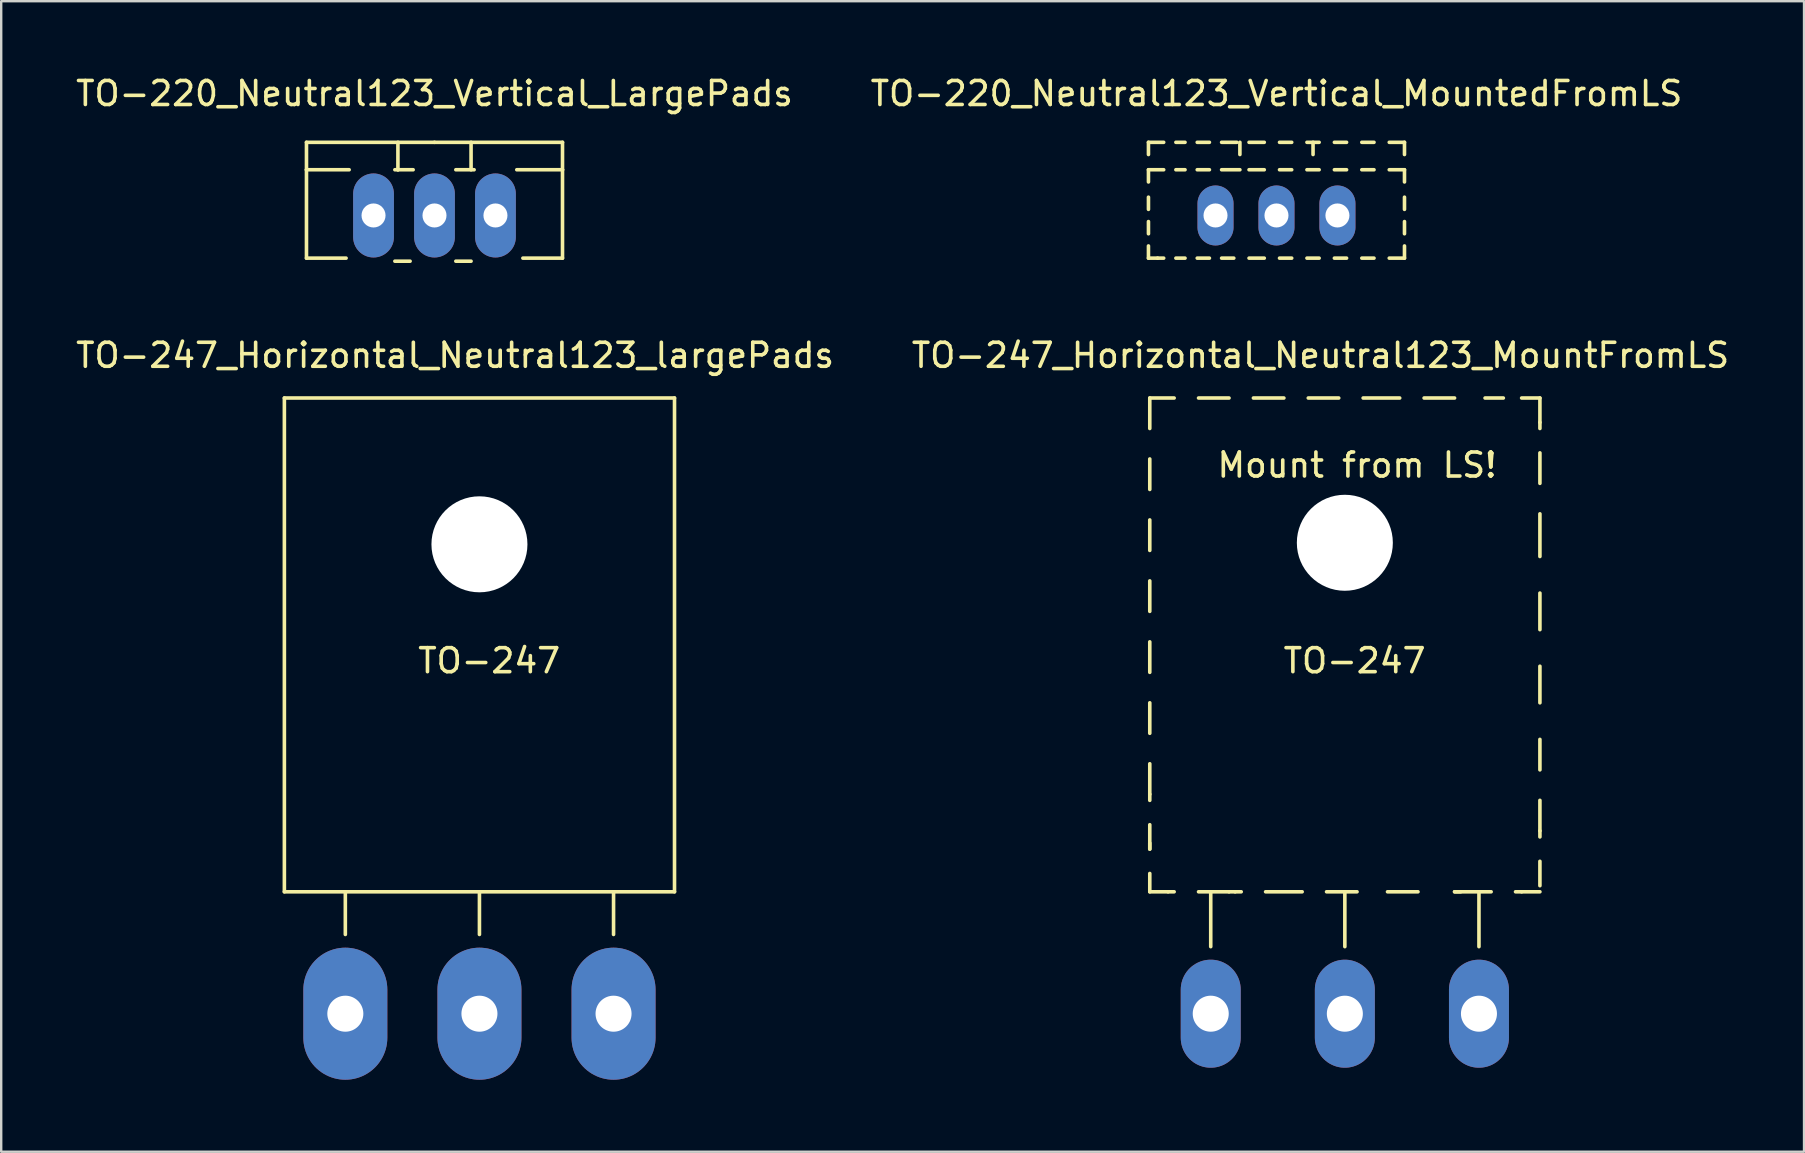
<source format=kicad_pcb>
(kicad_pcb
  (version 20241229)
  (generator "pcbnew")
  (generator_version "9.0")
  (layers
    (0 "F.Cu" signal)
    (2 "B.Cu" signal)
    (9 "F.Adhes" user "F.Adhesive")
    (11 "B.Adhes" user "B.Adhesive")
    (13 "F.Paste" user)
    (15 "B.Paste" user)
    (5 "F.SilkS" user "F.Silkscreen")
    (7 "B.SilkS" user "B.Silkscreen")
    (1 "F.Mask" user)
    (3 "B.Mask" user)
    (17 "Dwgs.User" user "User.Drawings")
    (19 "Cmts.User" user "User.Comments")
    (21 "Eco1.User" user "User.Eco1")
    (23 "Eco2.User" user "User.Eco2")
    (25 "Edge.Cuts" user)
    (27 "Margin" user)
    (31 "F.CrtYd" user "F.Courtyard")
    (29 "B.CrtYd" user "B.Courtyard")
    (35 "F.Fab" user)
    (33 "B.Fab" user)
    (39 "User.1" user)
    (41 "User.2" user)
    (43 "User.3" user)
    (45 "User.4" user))
  (footprint "TO-220_Neutral123_Vertical_MountedFromLS"
    (layer "F.Cu")
    (at 50.137 5.928)
    (property "Reference" "TO-220_Neutral123_Vertical_MountedFromLS" (at 0 -5.08 0) (layer "F.SilkS") (effects (font (size 1 1) (thickness 0.15))))
    (attr through_hole)
    (fp_line (start -5.334 -3.048) (end -4.699 -3.048) (stroke (width 0.15) (type solid)) (layer "F.SilkS"))
    (fp_line (start -5.334 -2.54) (end -5.334 -3.048) (stroke (width 0.15) (type solid)) (layer "F.SilkS"))
    (fp_line (start -5.334 -1.397) (end -5.334 -1.905) (stroke (width 0.15) (type solid)) (layer "F.SilkS"))
    (fp_line (start -5.334 -0.254) (end -5.334 -0.762) (stroke (width 0.15) (type solid)) (layer "F.SilkS"))
    (fp_line (start -5.334 0.762) (end -5.334 0.254) (stroke (width 0.15) (type solid)) (layer "F.SilkS"))
    (fp_line (start -5.334 1.778) (end -5.334 1.27) (stroke (width 0.15) (type solid)) (layer "F.SilkS"))
    (fp_line (start -5.334 1.778) (end -4.953 1.778) (stroke (width 0.15) (type solid)) (layer "F.SilkS"))
    (fp_line (start -4.953 1.778) (end -4.699 1.778) (stroke (width 0.15) (type solid)) (layer "F.SilkS"))
    (fp_line (start -4.699 -1.905) (end -5.334 -1.905) (stroke (width 0.15) (type solid)) (layer "F.SilkS"))
    (fp_line (start -4.191 -3.048) (end -3.81 -3.048) (stroke (width 0.15) (type solid)) (layer "F.SilkS"))
    (fp_line (start -4.191 1.778) (end -3.81 1.778) (stroke (width 0.15) (type solid)) (layer "F.SilkS"))
    (fp_line (start -3.81 -1.905) (end -4.191 -1.905) (stroke (width 0.15) (type solid)) (layer "F.SilkS"))
    (fp_line (start -3.302 -3.048) (end -2.794 -3.048) (stroke (width 0.15) (type solid)) (layer "F.SilkS"))
    (fp_line (start -3.302 1.778) (end -2.794 1.778) (stroke (width 0.15) (type solid)) (layer "F.SilkS"))
    (fp_line (start -2.794 -1.905) (end -3.302 -1.905) (stroke (width 0.15) (type solid)) (layer "F.SilkS"))
    (fp_line (start -2.286 -3.048) (end -1.651 -3.048) (stroke (width 0.15) (type solid)) (layer "F.SilkS"))
    (fp_line (start -2.286 1.778) (end -1.778 1.778) (stroke (width 0.15) (type solid)) (layer "F.SilkS"))
    (fp_line (start -1.524 -3.048) (end -1.524 -2.54) (stroke (width 0.15) (type solid)) (layer "F.SilkS"))
    (fp_line (start -1.524 -1.905) (end -2.286 -1.905) (stroke (width 0.15) (type solid)) (layer "F.SilkS"))
    (fp_line (start -1.143 -3.048) (end -0.508 -3.048) (stroke (width 0.15) (type solid)) (layer "F.SilkS"))
    (fp_line (start -1.143 -1.905) (end -0.508 -1.905) (stroke (width 0.15) (type solid)) (layer "F.SilkS"))
    (fp_line (start -1.143 1.778) (end -0.508 1.778) (stroke (width 0.15) (type solid)) (layer "F.SilkS"))
    (fp_line (start 0.127 -3.048) (end 0.635 -3.048) (stroke (width 0.15) (type solid)) (layer "F.SilkS"))
    (fp_line (start 0.127 -1.905) (end 0.635 -1.905) (stroke (width 0.15) (type solid)) (layer "F.SilkS"))
    (fp_line (start 0.127 1.778) (end 0.635 1.778) (stroke (width 0.15) (type solid)) (layer "F.SilkS"))
    (fp_line (start 1.27 -3.048) (end 1.778 -3.048) (stroke (width 0.15) (type solid)) (layer "F.SilkS"))
    (fp_line (start 1.27 -1.905) (end 1.778 -1.905) (stroke (width 0.15) (type solid)) (layer "F.SilkS"))
    (fp_line (start 1.27 1.778) (end 1.778 1.778) (stroke (width 0.15) (type solid)) (layer "F.SilkS"))
    (fp_line (start 1.524 -3.048) (end 1.524 -2.54) (stroke (width 0.15) (type solid)) (layer "F.SilkS"))
    (fp_line (start 2.413 -3.048) (end 2.921 -3.048) (stroke (width 0.15) (type solid)) (layer "F.SilkS"))
    (fp_line (start 2.413 -1.905) (end 2.921 -1.905) (stroke (width 0.15) (type solid)) (layer "F.SilkS"))
    (fp_line (start 2.413 1.778) (end 2.921 1.778) (stroke (width 0.15) (type solid)) (layer "F.SilkS"))
    (fp_line (start 3.556 -3.048) (end 4.064 -3.048) (stroke (width 0.15) (type solid)) (layer "F.SilkS"))
    (fp_line (start 3.556 -1.905) (end 4.064 -1.905) (stroke (width 0.15) (type solid)) (layer "F.SilkS"))
    (fp_line (start 3.556 1.778) (end 4.064 1.778) (stroke (width 0.15) (type solid)) (layer "F.SilkS"))
    (fp_line (start 4.699 -3.048) (end 5.334 -3.048) (stroke (width 0.15) (type solid)) (layer "F.SilkS"))
    (fp_line (start 4.699 -1.905) (end 5.334 -1.905) (stroke (width 0.15) (type solid)) (layer "F.SilkS"))
    (fp_line (start 4.699 1.778) (end 5.334 1.778) (stroke (width 0.15) (type solid)) (layer "F.SilkS"))
    (fp_line (start 5.334 -3.048) (end 5.334 -2.54) (stroke (width 0.15) (type solid)) (layer "F.SilkS"))
    (fp_line (start 5.334 -1.905) (end 5.334 -1.397) (stroke (width 0.15) (type solid)) (layer "F.SilkS"))
    (fp_line (start 5.334 -0.762) (end 5.334 -0.254) (stroke (width 0.15) (type solid)) (layer "F.SilkS"))
    (fp_line (start 5.334 0.254) (end 5.334 0.762) (stroke (width 0.15) (type solid)) (layer "F.SilkS"))
    (fp_line (start 5.334 1.27) (end 5.334 1.778) (stroke (width 0.15) (type solid)) (layer "F.SilkS"))
    (pad "1" thru_hole oval (at 2.54 0 90) (size 2.499 1.501) (drill 1.001) (layers "*.Cu" "*.Mask"))
    (pad "2" thru_hole oval (at 0 0 90) (size 2.499 1.501) (drill 1.001) (layers "*.Cu" "*.Mask"))
    (pad "3" thru_hole oval (at -2.54 0 90) (size 2.499 1.501) (drill 1.001) (layers "*.Cu" "*.Mask")))
  (footprint "TO-247_Horizontal_Neutral123_MountFromLS"
    (layer "F.Cu")
    (at 52.986 39.188)
    (property "Reference" "TO-247_Horizontal_Neutral123_MountFromLS" (at -1.016 -27.432 0) (layer "F.SilkS") (effects (font (size 1 1) (thickness 0.15))))
    (attr through_hole)
    (fp_line (start -8.128 -25.654) (end -8.128 -24.384) (stroke (width 0.15) (type solid)) (layer "F.SilkS"))
    (fp_line (start -8.128 -25.654) (end -7.112 -25.654) (stroke (width 0.15) (type solid)) (layer "F.SilkS"))
    (fp_line (start -8.128 -23.114) (end -8.128 -21.844) (stroke (width 0.15) (type solid)) (layer "F.SilkS"))
    (fp_line (start -8.128 -20.574) (end -8.128 -19.304) (stroke (width 0.15) (type solid)) (layer "F.SilkS"))
    (fp_line (start -8.128 -18.034) (end -8.128 -16.764) (stroke (width 0.15) (type solid)) (layer "F.SilkS"))
    (fp_line (start -8.128 -15.494) (end -8.128 -14.224) (stroke (width 0.15) (type solid)) (layer "F.SilkS"))
    (fp_line (start -8.128 -12.954) (end -8.128 -11.684) (stroke (width 0.15) (type solid)) (layer "F.SilkS"))
    (fp_line (start -8.128 -10.414) (end -8.128 -9.144) (stroke (width 0.15) (type solid)) (layer "F.SilkS"))
    (fp_line (start -8.128 -9.144) (end -8.128 -8.89) (stroke (width 0.15) (type solid)) (layer "F.SilkS"))
    (fp_line (start -8.128 -7.874) (end -8.128 -6.858) (stroke (width 0.15) (type solid)) (layer "F.SilkS"))
    (fp_line (start -8.128 -6.858) (end -8.128 -7.112) (stroke (width 0.15) (type solid)) (layer "F.SilkS"))
    (fp_line (start -8.128 -5.842) (end -8.128 -5.08) (stroke (width 0.15) (type solid)) (layer "F.SilkS"))
    (fp_line (start -8.128 -5.08) (end -7.366 -5.08) (stroke (width 0.15) (type solid)) (layer "F.SilkS"))
    (fp_line (start -7.366 -5.08) (end -7.112 -5.08) (stroke (width 0.15) (type solid)) (layer "F.SilkS"))
    (fp_line (start -6.096 -25.654) (end -4.826 -25.654) (stroke (width 0.15) (type solid)) (layer "F.SilkS"))
    (fp_line (start -6.096 -5.08) (end -4.826 -5.08) (stroke (width 0.15) (type solid)) (layer "F.SilkS"))
    (fp_line (start -5.588 -2.794) (end -5.588 -5.08) (stroke (width 0.15) (type solid)) (layer "F.SilkS"))
    (fp_line (start -4.826 -5.08) (end -4.572 -5.08) (stroke (width 0.15) (type solid)) (layer "F.SilkS"))
    (fp_line (start -4.572 -5.08) (end -4.318 -5.08) (stroke (width 0.15) (type solid)) (layer "F.SilkS"))
    (fp_line (start -3.81 -25.654) (end -2.54 -25.654) (stroke (width 0.15) (type solid)) (layer "F.SilkS"))
    (fp_line (start -3.302 -5.08) (end -1.778 -5.08) (stroke (width 0.15) (type solid)) (layer "F.SilkS"))
    (fp_line (start -1.524 -25.654) (end -0.254 -25.654) (stroke (width 0.15) (type solid)) (layer "F.SilkS"))
    (fp_line (start -0.762 -5.08) (end 0.508 -5.08) (stroke (width 0.15) (type solid)) (layer "F.SilkS"))
    (fp_line (start 0 -2.794) (end 0 -5.08) (stroke (width 0.15) (type solid)) (layer "F.SilkS"))
    (fp_line (start 0.762 -25.654) (end 2.286 -25.654) (stroke (width 0.15) (type solid)) (layer "F.SilkS"))
    (fp_line (start 1.778 -5.08) (end 3.048 -5.08) (stroke (width 0.15) (type solid)) (layer "F.SilkS"))
    (fp_line (start 3.302 -25.654) (end 4.572 -25.654) (stroke (width 0.15) (type solid)) (layer "F.SilkS"))
    (fp_line (start 4.572 -5.08) (end 4.826 -5.08) (stroke (width 0.15) (type solid)) (layer "F.SilkS"))
    (fp_line (start 5.588 -2.794) (end 5.588 -5.08) (stroke (width 0.15) (type solid)) (layer "F.SilkS"))
    (fp_line (start 5.842 -25.654) (end 6.604 -25.654) (stroke (width 0.15) (type solid)) (layer "F.SilkS"))
    (fp_line (start 6.096 -5.08) (end 4.572 -5.08) (stroke (width 0.15) (type solid)) (layer "F.SilkS"))
    (fp_line (start 7.366 -25.654) (end 8.128 -25.654) (stroke (width 0.15) (type solid)) (layer "F.SilkS"))
    (fp_line (start 7.366 -5.08) (end 7.112 -5.08) (stroke (width 0.15) (type solid)) (layer "F.SilkS"))
    (fp_line (start 8.128 -25.654) (end 8.128 -24.638) (stroke (width 0.15) (type solid)) (layer "F.SilkS"))
    (fp_line (start 8.128 -24.638) (end 8.128 -24.384) (stroke (width 0.15) (type solid)) (layer "F.SilkS"))
    (fp_line (start 8.128 -23.368) (end 8.128 -22.098) (stroke (width 0.15) (type solid)) (layer "F.SilkS"))
    (fp_line (start 8.128 -20.828) (end 8.128 -19.05) (stroke (width 0.15) (type solid)) (layer "F.SilkS"))
    (fp_line (start 8.128 -17.526) (end 8.128 -16.002) (stroke (width 0.15) (type solid)) (layer "F.SilkS"))
    (fp_line (start 8.128 -14.478) (end 8.128 -12.954) (stroke (width 0.15) (type solid)) (layer "F.SilkS"))
    (fp_line (start 8.128 -11.43) (end 8.128 -10.16) (stroke (width 0.15) (type solid)) (layer "F.SilkS"))
    (fp_line (start 8.128 -8.89) (end 8.128 -7.62) (stroke (width 0.15) (type solid)) (layer "F.SilkS"))
    (fp_line (start 8.128 -7.62) (end 8.128 -7.366) (stroke (width 0.15) (type solid)) (layer "F.SilkS"))
    (fp_line (start 8.128 -6.35) (end 8.128 -5.334) (stroke (width 0.15) (type solid)) (layer "F.SilkS"))
    (fp_line (start 8.128 -5.08) (end 7.366 -5.08) (stroke (width 0.15) (type solid)) (layer "F.SilkS"))
    (fp_circle (center 0 -19.558) (end 1.778 -19.558) (stroke (width 0.15) (type solid)) (fill no) (layer "F.SilkS"))
    (fp_text user "Mount from LS!" (at 0.508 -22.86 0) (layer "F.SilkS") (effects (font (size 1 1) (thickness 0.15))))
    (fp_text user "TO-247" (at 0.406 -14.707 0) (layer "F.SilkS") (effects (font (size 1 1) (thickness 0.15))))
    (pad "" np_thru_hole circle (at 0 -19.622) (size 4 4) (drill 4) (layers "*.Cu" "*.Mask"))
    (pad "1" thru_hole oval (at 5.588 0 90) (size 4.501 2.499) (drill 1.501) (layers "*.Cu" "*.Mask"))
    (pad "2" thru_hole oval (at 0 0 90) (size 4.501 2.499) (drill 1.501) (layers "*.Cu" "*.Mask"))
    (pad "3" thru_hole oval (at -5.588 0 90) (size 4.501 2.499) (drill 1.501) (layers "*.Cu" "*.Mask")))
  (footprint "TO-247_Horizontal_Neutral123_largePads"
    (layer "F.Cu")
    (at 16.927 39.188)
    (property "Reference" "TO-247_Horizontal_Neutral123_largePads" (at -1.016 -27.432 0) (layer "F.SilkS") (effects (font (size 1 1) (thickness 0.15))))
    (attr through_hole)
    (fp_line (start -8.128 -25.654) (end 8.128 -25.654) (stroke (width 0.15) (type solid)) (layer "F.SilkS"))
    (fp_line (start -8.128 -5.08) (end -8.128 -25.654) (stroke (width 0.15) (type solid)) (layer "F.SilkS"))
    (fp_line (start -5.588 -3.302) (end -5.588 -5.08) (stroke (width 0.15) (type solid)) (layer "F.SilkS"))
    (fp_line (start 0 -3.302) (end 0 -5.08) (stroke (width 0.15) (type solid)) (layer "F.SilkS"))
    (fp_line (start 5.588 -3.302) (end 5.588 -5.08) (stroke (width 0.15) (type solid)) (layer "F.SilkS"))
    (fp_line (start 8.128 -25.654) (end 8.128 -5.08) (stroke (width 0.15) (type solid)) (layer "F.SilkS"))
    (fp_line (start 8.128 -5.08) (end -8.128 -5.08) (stroke (width 0.15) (type solid)) (layer "F.SilkS"))
    (fp_circle (center 0 -19.558) (end 1.778 -19.558) (stroke (width 0.15) (type solid)) (fill no) (layer "F.SilkS"))
    (fp_text user "TO-247" (at 0.406 -14.707 0) (layer "F.SilkS") (effects (font (size 1 1) (thickness 0.15))))
    (pad "" np_thru_hole circle (at 0 -19.558) (size 4 4) (drill 4) (layers "*.Cu" "*.Mask"))
    (pad "1" thru_hole oval (at -5.588 0 90) (size 5.502 3.5) (drill 1.501) (layers "*.Cu" "*.Mask"))
    (pad "2" thru_hole oval (at 0 0 90) (size 5.502 3.5) (drill 1.501) (layers "*.Cu" "*.Mask"))
    (pad "3" thru_hole oval (at 5.588 0 90) (size 5.502 3.5) (drill 1.501) (layers "*.Cu" "*.Mask")))
  (footprint "TO-220_Neutral123_Vertical_LargePads"
    (layer "F.Cu")
    (at 15.054 5.928)
    (property "Reference" "TO-220_Neutral123_Vertical_LargePads" (at 0 -5.08 0) (layer "F.SilkS") (effects (font (size 1 1) (thickness 0.15))))
    (attr through_hole)
    (fp_line (start -5.334 -1.905) (end -5.334 -3.048) (stroke (width 0.15) (type solid)) (layer "F.SilkS"))
    (fp_line (start -5.334 -1.905) (end -3.556 -1.905) (stroke (width 0.15) (type solid)) (layer "F.SilkS"))
    (fp_line (start -5.334 1.778) (end -5.334 -1.905) (stroke (width 0.15) (type solid)) (layer "F.SilkS"))
    (fp_line (start -5.334 1.778) (end -3.683 1.778) (stroke (width 0.15) (type solid)) (layer "F.SilkS"))
    (fp_line (start -1.524 -3.048) (end -1.524 -1.905) (stroke (width 0.15) (type solid)) (layer "F.SilkS"))
    (fp_line (start -1.524 -1.905) (end -1.651 -1.905) (stroke (width 0.15) (type solid)) (layer "F.SilkS"))
    (fp_line (start -1.524 -1.905) (end -0.889 -1.905) (stroke (width 0.15) (type solid)) (layer "F.SilkS"))
    (fp_line (start -1.016 1.905) (end -1.651 1.905) (stroke (width 0.15) (type solid)) (layer "F.SilkS"))
    (fp_line (start 0 -3.048) (end -5.334 -3.048) (stroke (width 0.15) (type solid)) (layer "F.SilkS"))
    (fp_line (start 0 -3.048) (end 5.334 -3.048) (stroke (width 0.15) (type solid)) (layer "F.SilkS"))
    (fp_line (start 0.889 -1.905) (end 1.651 -1.905) (stroke (width 0.15) (type solid)) (layer "F.SilkS"))
    (fp_line (start 1.524 -3.048) (end 1.524 -1.905) (stroke (width 0.15) (type solid)) (layer "F.SilkS"))
    (fp_line (start 1.524 1.905) (end 0.889 1.905) (stroke (width 0.15) (type solid)) (layer "F.SilkS"))
    (fp_line (start 5.334 -3.048) (end 5.334 -1.905) (stroke (width 0.15) (type solid)) (layer "F.SilkS"))
    (fp_line (start 5.334 -1.905) (end 3.429 -1.905) (stroke (width 0.15) (type solid)) (layer "F.SilkS"))
    (fp_line (start 5.334 -1.905) (end 5.334 1.778) (stroke (width 0.15) (type solid)) (layer "F.SilkS"))
    (fp_line (start 5.334 1.778) (end 3.683 1.778) (stroke (width 0.15) (type solid)) (layer "F.SilkS"))
    (pad "1" thru_hole oval (at -2.54 0 90) (size 3.5 1.699) (drill 1.001) (layers "*.Cu" "*.Mask"))
    (pad "2" thru_hole oval (at 0 0 90) (size 3.5 1.699) (drill 1.001) (layers "*.Cu" "*.Mask"))
    (pad "3" thru_hole oval (at 2.54 0 90) (size 3.5 1.699) (drill 1.001) (layers "*.Cu" "*.Mask")))
  (gr_rect
    (start -3 -3)
    (end 72.119 44.939)
    (stroke (width 0.1) (type default))
    (fill no)
    (layer "Edge.Cuts")))
</source>
